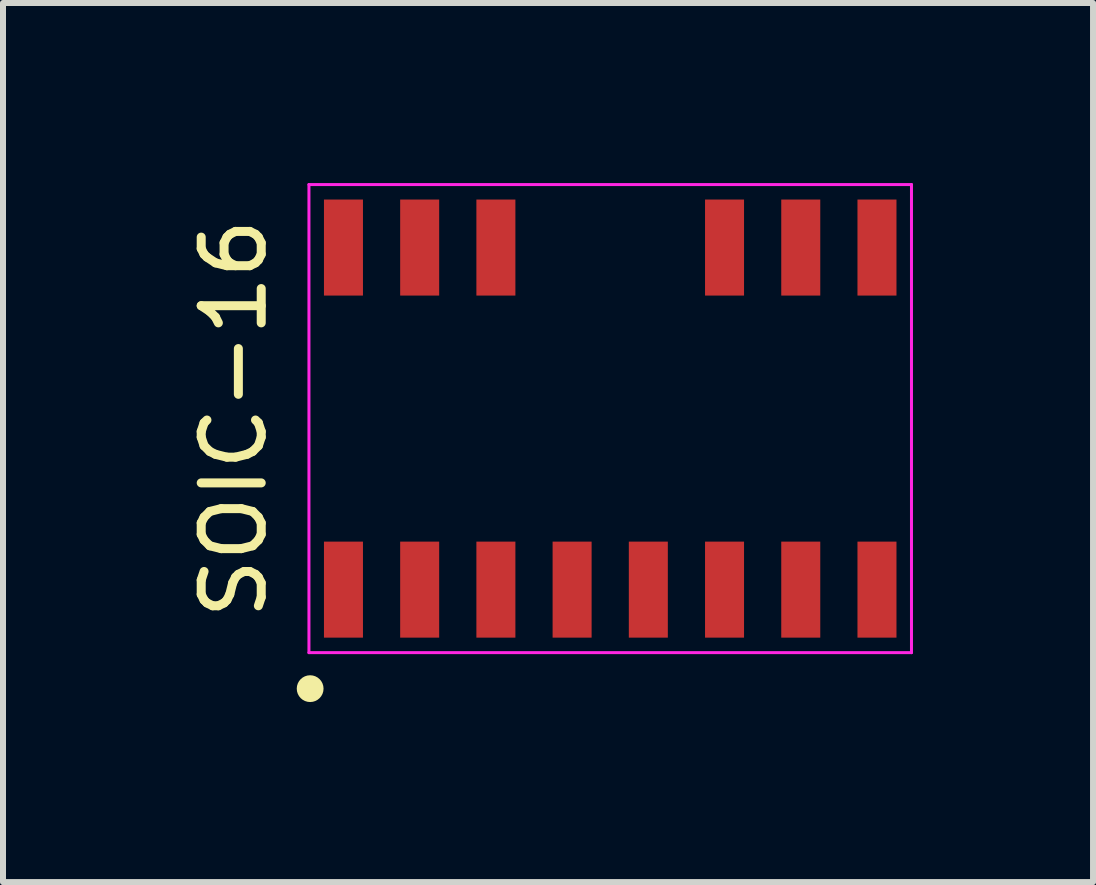
<source format=kicad_pcb>
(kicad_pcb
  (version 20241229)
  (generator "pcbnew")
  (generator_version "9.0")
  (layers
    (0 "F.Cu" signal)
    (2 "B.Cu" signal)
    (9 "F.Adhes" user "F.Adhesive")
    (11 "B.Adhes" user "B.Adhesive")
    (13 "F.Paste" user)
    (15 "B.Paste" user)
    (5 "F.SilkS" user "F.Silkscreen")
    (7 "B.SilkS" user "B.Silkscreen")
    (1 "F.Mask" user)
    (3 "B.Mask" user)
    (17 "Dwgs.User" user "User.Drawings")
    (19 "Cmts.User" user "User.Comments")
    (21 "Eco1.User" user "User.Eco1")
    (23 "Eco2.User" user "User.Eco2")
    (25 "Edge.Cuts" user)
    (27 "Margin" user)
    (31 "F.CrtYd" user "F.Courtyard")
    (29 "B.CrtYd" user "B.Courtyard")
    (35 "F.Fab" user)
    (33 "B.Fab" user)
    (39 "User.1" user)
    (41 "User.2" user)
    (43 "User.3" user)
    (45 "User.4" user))
  (footprint "SOIC-16"
    (layer "F.Cu")
    (at 7.118 3.925)
    (property "Reference" "SOIC-16" (at -6.27 0 90) (layer "F.SilkS") (effects (font (size 1 1) (thickness 0.15))))
    (attr smd)
    (fp_circle (center -5 4.5) (end -4.848 4.583) (stroke (width 0.1) (type solid)) (fill yes) (layer "F.SilkS"))
    (fp_line (start -5.02 -3.9) (end 5.02 -3.9) (stroke (width 0.05) (type default)) (layer "F.CrtYd"))
    (fp_line (start -5.02 3.9) (end -5.02 -3.9) (stroke (width 0.05) (type default)) (layer "F.CrtYd"))
    (fp_line (start 5.02 -3.9) (end 5.02 3.9) (stroke (width 0.05) (type default)) (layer "F.CrtYd"))
    (fp_line (start 5.02 3.9) (end -5.02 3.9) (stroke (width 0.05) (type default)) (layer "F.CrtYd"))
    (pad "1" smd rect (at -4.445 2.85) (size 0.65 1.6) (layers "F.Cu" "F.Mask" "F.Paste"))
    (pad "2" smd rect (at -3.175 2.85) (size 0.65 1.6) (layers "F.Cu" "F.Mask" "F.Paste"))
    (pad "3" smd rect (at -1.905 2.85) (size 0.65 1.6) (layers "F.Cu" "F.Mask" "F.Paste"))
    (pad "4" smd rect (at -0.635 2.85) (size 0.65 1.6) (layers "F.Cu" "F.Mask" "F.Paste"))
    (pad "5" smd rect (at 0.635 2.85) (size 0.65 1.6) (layers "F.Cu" "F.Mask" "F.Paste"))
    (pad "6" smd rect (at 1.905 2.85) (size 0.65 1.6) (layers "F.Cu" "F.Mask" "F.Paste"))
    (pad "7" smd rect (at 3.175 2.85) (size 0.65 1.6) (layers "F.Cu" "F.Mask" "F.Paste"))
    (pad "8" smd rect (at 4.445 2.85) (size 0.65 1.6) (layers "F.Cu" "F.Mask" "F.Paste"))
    (pad "9" smd rect (at 4.445 -2.85) (size 0.65 1.6) (layers "F.Cu" "F.Mask" "F.Paste"))
    (pad "10" smd rect (at 3.175 -2.85) (size 0.65 1.6) (layers "F.Cu" "F.Mask" "F.Paste"))
    (pad "11" smd rect (at 1.905 -2.85) (size 0.65 1.6) (layers "F.Cu" "F.Mask" "F.Paste"))
    (pad "14" smd rect (at -1.905 -2.85) (size 0.65 1.6) (layers "F.Cu" "F.Mask" "F.Paste"))
    (pad "15" smd rect (at -3.175 -2.85) (size 0.65 1.6) (layers "F.Cu" "F.Mask" "F.Paste"))
    (pad "16" smd rect (at -4.445 -2.85) (size 0.65 1.6) (layers "F.Cu" "F.Mask" "F.Paste")))
  (gr_rect
    (start -3 -3)
    (end 15.163 11.648)
    (stroke (width 0.1) (type default))
    (fill no)
    (layer "Edge.Cuts")))
</source>
